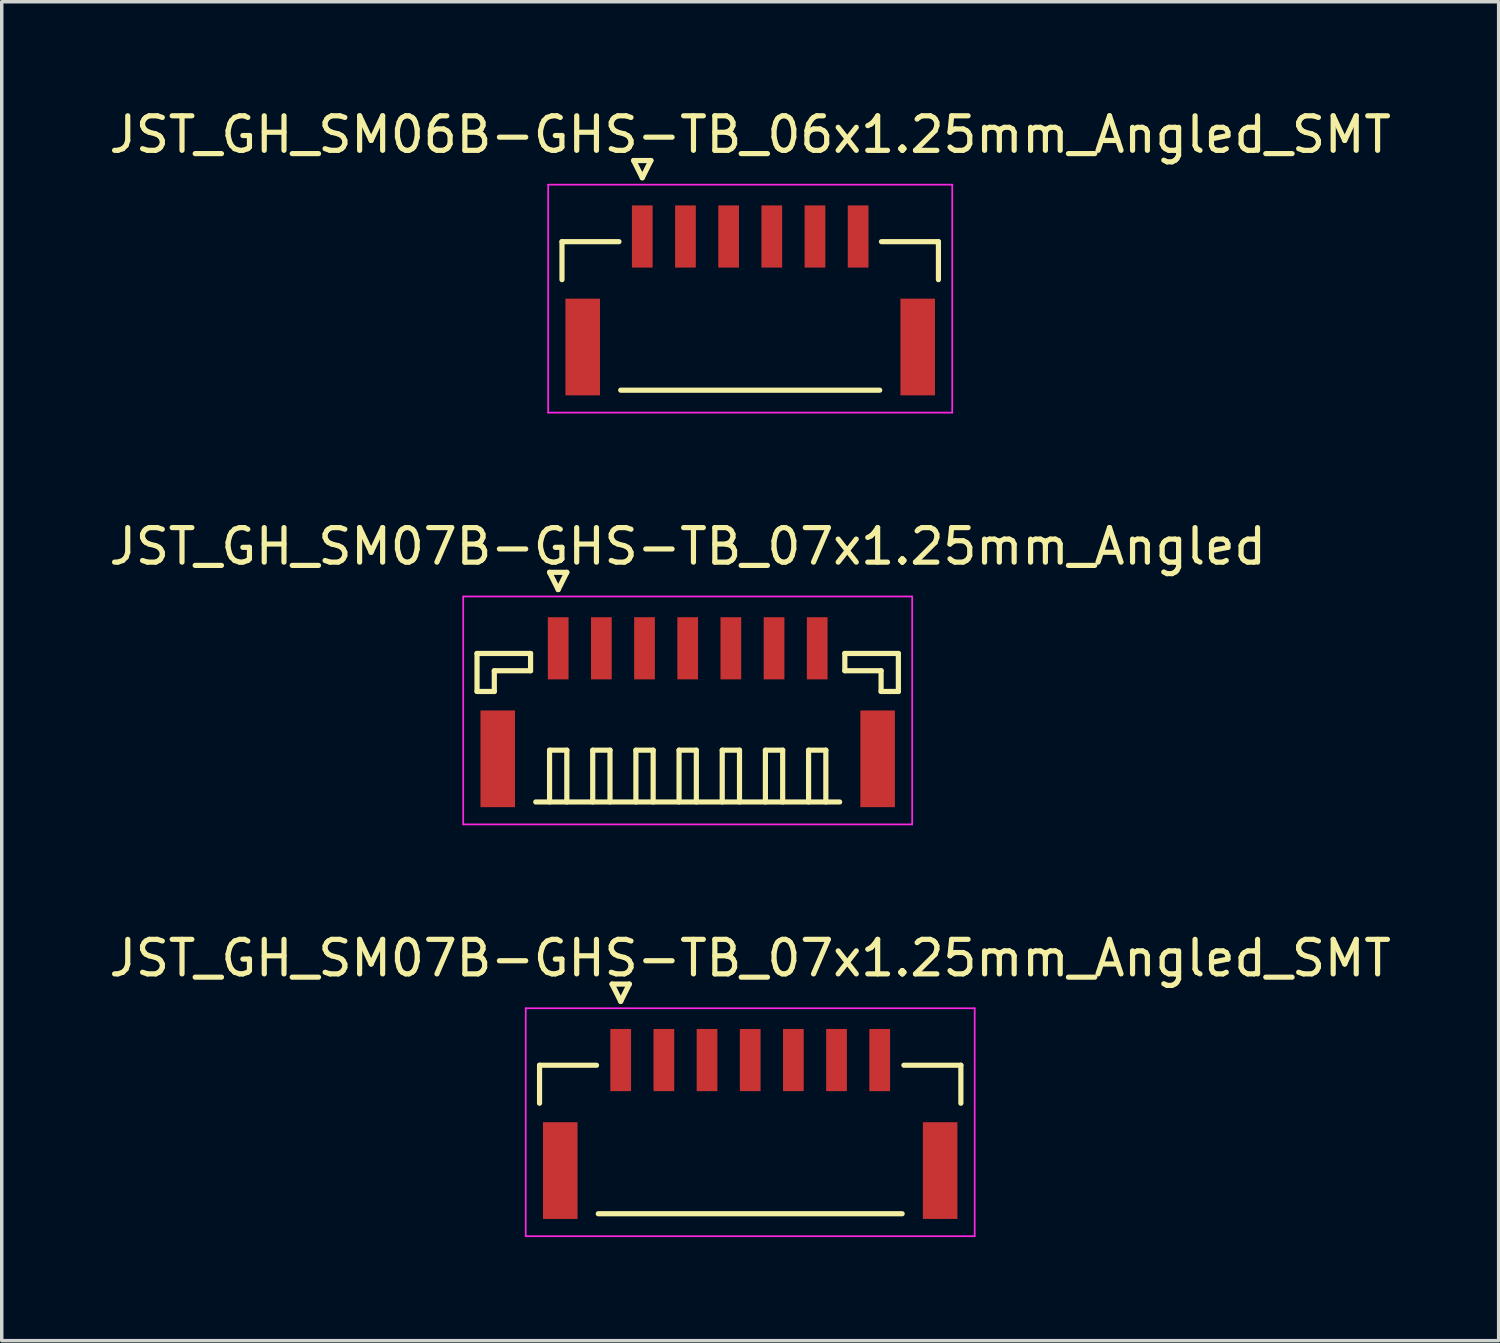
<source format=kicad_pcb>
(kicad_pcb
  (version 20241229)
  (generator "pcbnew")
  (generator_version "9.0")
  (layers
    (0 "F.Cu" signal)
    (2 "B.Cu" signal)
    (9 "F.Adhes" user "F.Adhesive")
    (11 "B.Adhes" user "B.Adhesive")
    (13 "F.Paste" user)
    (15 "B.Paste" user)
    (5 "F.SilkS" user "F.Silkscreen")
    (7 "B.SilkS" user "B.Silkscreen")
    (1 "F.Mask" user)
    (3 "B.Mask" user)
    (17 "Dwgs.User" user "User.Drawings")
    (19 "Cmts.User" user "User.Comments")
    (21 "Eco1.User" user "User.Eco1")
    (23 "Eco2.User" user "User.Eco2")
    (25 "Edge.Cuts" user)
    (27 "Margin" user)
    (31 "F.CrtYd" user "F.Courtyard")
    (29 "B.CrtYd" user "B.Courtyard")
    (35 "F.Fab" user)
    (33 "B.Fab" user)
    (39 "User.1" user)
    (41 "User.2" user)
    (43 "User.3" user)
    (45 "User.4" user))
  (footprint "JST_GH_SM07B-GHS-TB_07x1.25mm_Angled"
    (layer "F.Cu")
    (at 16.863 17.322)
    (property "Reference" "JST_GH_SM07B-GHS-TB_07x1.25mm_Angled" (at 0 -4.55 0) (layer "F.SilkS") (effects (font (size 1 1) (thickness 0.15))))
    (attr smd)
    (fp_line (start -6.1 -1.45) (end -4.55 -1.45) (stroke (width 0.15) (type solid)) (layer "F.SilkS"))
    (fp_line (start -6.1 -0.35) (end -6.1 -1.45) (stroke (width 0.15) (type solid)) (layer "F.SilkS"))
    (fp_line (start -5.6 -0.95) (end -5.6 -0.35) (stroke (width 0.15) (type solid)) (layer "F.SilkS"))
    (fp_line (start -5.6 -0.35) (end -6.1 -0.35) (stroke (width 0.15) (type solid)) (layer "F.SilkS"))
    (fp_line (start -4.55 -1.45) (end -4.55 -0.95) (stroke (width 0.15) (type solid)) (layer "F.SilkS"))
    (fp_line (start -4.55 -0.95) (end -5.6 -0.95) (stroke (width 0.15) (type solid)) (layer "F.SilkS"))
    (fp_line (start -4.4 2.85) (end 4.4 2.85) (stroke (width 0.15) (type solid)) (layer "F.SilkS"))
    (fp_line (start -4 -3.8) (end -3.5 -3.8) (stroke (width 0.15) (type solid)) (layer "F.SilkS"))
    (fp_line (start -4 1.35) (end -3.5 1.35) (stroke (width 0.15) (type solid)) (layer "F.SilkS"))
    (fp_line (start -4 2.85) (end -4 1.35) (stroke (width 0.15) (type solid)) (layer "F.SilkS"))
    (fp_line (start -3.75 -3.3) (end -4 -3.8) (stroke (width 0.15) (type solid)) (layer "F.SilkS"))
    (fp_line (start -3.5 -3.8) (end -3.75 -3.3) (stroke (width 0.15) (type solid)) (layer "F.SilkS"))
    (fp_line (start -3.5 1.35) (end -3.5 2.85) (stroke (width 0.15) (type solid)) (layer "F.SilkS"))
    (fp_line (start -2.75 1.35) (end -2.25 1.35) (stroke (width 0.15) (type solid)) (layer "F.SilkS"))
    (fp_line (start -2.75 2.85) (end -2.75 1.35) (stroke (width 0.15) (type solid)) (layer "F.SilkS"))
    (fp_line (start -2.25 1.35) (end -2.25 2.85) (stroke (width 0.15) (type solid)) (layer "F.SilkS"))
    (fp_line (start -1.5 1.35) (end -1 1.35) (stroke (width 0.15) (type solid)) (layer "F.SilkS"))
    (fp_line (start -1.5 2.85) (end -1.5 1.35) (stroke (width 0.15) (type solid)) (layer "F.SilkS"))
    (fp_line (start -1 1.35) (end -1 2.85) (stroke (width 0.15) (type solid)) (layer "F.SilkS"))
    (fp_line (start -0.25 1.35) (end 0.25 1.35) (stroke (width 0.15) (type solid)) (layer "F.SilkS"))
    (fp_line (start -0.25 2.85) (end -0.25 1.35) (stroke (width 0.15) (type solid)) (layer "F.SilkS"))
    (fp_line (start 0.25 1.35) (end 0.25 2.85) (stroke (width 0.15) (type solid)) (layer "F.SilkS"))
    (fp_line (start 1 1.35) (end 1.5 1.35) (stroke (width 0.15) (type solid)) (layer "F.SilkS"))
    (fp_line (start 1 2.85) (end 1 1.35) (stroke (width 0.15) (type solid)) (layer "F.SilkS"))
    (fp_line (start 1.5 1.35) (end 1.5 2.85) (stroke (width 0.15) (type solid)) (layer "F.SilkS"))
    (fp_line (start 2.25 1.35) (end 2.75 1.35) (stroke (width 0.15) (type solid)) (layer "F.SilkS"))
    (fp_line (start 2.25 2.85) (end 2.25 1.35) (stroke (width 0.15) (type solid)) (layer "F.SilkS"))
    (fp_line (start 2.75 1.35) (end 2.75 2.85) (stroke (width 0.15) (type solid)) (layer "F.SilkS"))
    (fp_line (start 3.5 1.35) (end 4 1.35) (stroke (width 0.15) (type solid)) (layer "F.SilkS"))
    (fp_line (start 3.5 2.85) (end 3.5 1.35) (stroke (width 0.15) (type solid)) (layer "F.SilkS"))
    (fp_line (start 4 1.35) (end 4 2.85) (stroke (width 0.15) (type solid)) (layer "F.SilkS"))
    (fp_line (start 4.55 -1.45) (end 4.55 -0.95) (stroke (width 0.15) (type solid)) (layer "F.SilkS"))
    (fp_line (start 4.55 -0.95) (end 5.6 -0.95) (stroke (width 0.15) (type solid)) (layer "F.SilkS"))
    (fp_line (start 5.6 -0.95) (end 5.6 -0.35) (stroke (width 0.15) (type solid)) (layer "F.SilkS"))
    (fp_line (start 5.6 -0.35) (end 6.1 -0.35) (stroke (width 0.15) (type solid)) (layer "F.SilkS"))
    (fp_line (start 6.1 -1.45) (end 4.55 -1.45) (stroke (width 0.15) (type solid)) (layer "F.SilkS"))
    (fp_line (start 6.1 -0.35) (end 6.1 -1.45) (stroke (width 0.15) (type solid)) (layer "F.SilkS"))
    (fp_line (start -6.5 -3.1) (end -6.5 3.5) (stroke (width 0.05) (type solid)) (layer "F.CrtYd"))
    (fp_line (start -6.5 3.5) (end 6.5 3.5) (stroke (width 0.05) (type solid)) (layer "F.CrtYd"))
    (fp_line (start 6.5 -3.1) (end -6.5 -3.1) (stroke (width 0.05) (type solid)) (layer "F.CrtYd"))
    (fp_line (start 6.5 3.5) (end 6.5 -3.1) (stroke (width 0.05) (type solid)) (layer "F.CrtYd"))
    (pad "" smd rect (at -5.5 1.6) (size 1 2.8) (layers "F.Cu" "F.Mask" "F.Paste"))
    (pad "" smd rect (at 5.5 1.6) (size 1 2.8) (layers "F.Cu" "F.Mask" "F.Paste"))
    (pad "1" smd rect (at -3.75 -1.6) (size 0.6 1.8) (layers "F.Cu" "F.Mask" "F.Paste"))
    (pad "2" smd rect (at -2.5 -1.6) (size 0.6 1.8) (layers "F.Cu" "F.Mask" "F.Paste"))
    (pad "3" smd rect (at -1.25 -1.6) (size 0.6 1.8) (layers "F.Cu" "F.Mask" "F.Paste"))
    (pad "4" smd rect (at 0 -1.6) (size 0.6 1.8) (layers "F.Cu" "F.Mask" "F.Paste"))
    (pad "5" smd rect (at 1.25 -1.6) (size 0.6 1.8) (layers "F.Cu" "F.Mask" "F.Paste"))
    (pad "6" smd rect (at 2.5 -1.6) (size 0.6 1.8) (layers "F.Cu" "F.Mask" "F.Paste"))
    (pad "7" smd rect (at 3.75 -1.6) (size 0.6 1.8) (layers "F.Cu" "F.Mask" "F.Paste")))
  (footprint "JST_GH_SM06B-GHS-TB_06x1.25mm_Angled_SMT"
    (layer "F.Cu")
    (at 18.673 5.398)
    (property "Reference" "JST_GH_SM06B-GHS-TB_06x1.25mm_Angled_SMT" (at 0 -4.55 0) (layer "F.SilkS") (effects (font (size 1 1) (thickness 0.15))))
    (attr smd)
    (fp_line (start -5.45 -1.45) (end -3.8 -1.45) (stroke (width 0.15) (type solid)) (layer "F.SilkS"))
    (fp_line (start -5.45 -0.35) (end -5.45 -1.45) (stroke (width 0.15) (type solid)) (layer "F.SilkS"))
    (fp_line (start -3.75 2.85) (end 3.75 2.85) (stroke (width 0.15) (type solid)) (layer "F.SilkS"))
    (fp_line (start -3.375 -3.8) (end -2.875 -3.8) (stroke (width 0.15) (type solid)) (layer "F.SilkS"))
    (fp_line (start -3.125 -3.3) (end -3.375 -3.8) (stroke (width 0.15) (type solid)) (layer "F.SilkS"))
    (fp_line (start -2.875 -3.8) (end -3.125 -3.3) (stroke (width 0.15) (type solid)) (layer "F.SilkS"))
    (fp_line (start 5.45 -1.45) (end 3.8 -1.45) (stroke (width 0.15) (type solid)) (layer "F.SilkS"))
    (fp_line (start 5.45 -0.35) (end 5.45 -1.45) (stroke (width 0.15) (type solid)) (layer "F.SilkS"))
    (fp_line (start -5.85 -3.1) (end -5.85 3.5) (stroke (width 0.05) (type solid)) (layer "F.CrtYd"))
    (fp_line (start -5.85 3.5) (end 5.85 3.5) (stroke (width 0.05) (type solid)) (layer "F.CrtYd"))
    (fp_line (start 5.85 -3.1) (end -5.85 -3.1) (stroke (width 0.05) (type solid)) (layer "F.CrtYd"))
    (fp_line (start 5.85 3.5) (end 5.85 -3.1) (stroke (width 0.05) (type solid)) (layer "F.CrtYd"))
    (pad "" smd rect (at -4.85 1.6) (size 1 2.8) (layers "F.Cu" "F.Mask" "F.Paste"))
    (pad "" smd rect (at 4.85 1.6) (size 1 2.8) (layers "F.Cu" "F.Mask" "F.Paste"))
    (pad "1" smd rect (at -3.125 -1.6) (size 0.6 1.8) (layers "F.Cu" "F.Mask" "F.Paste"))
    (pad "2" smd rect (at -1.875 -1.6) (size 0.6 1.8) (layers "F.Cu" "F.Mask" "F.Paste"))
    (pad "3" smd rect (at -0.625 -1.6) (size 0.6 1.8) (layers "F.Cu" "F.Mask" "F.Paste"))
    (pad "4" smd rect (at 0.625 -1.6) (size 0.6 1.8) (layers "F.Cu" "F.Mask" "F.Paste"))
    (pad "5" smd rect (at 1.875 -1.6) (size 0.6 1.8) (layers "F.Cu" "F.Mask" "F.Paste"))
    (pad "6" smd rect (at 3.125 -1.6) (size 0.6 1.8) (layers "F.Cu" "F.Mask" "F.Paste")))
  (footprint "JST_GH_SM07B-GHS-TB_07x1.25mm_Angled_SMT"
    (layer "F.Cu")
    (at 18.673 29.245)
    (property "Reference" "JST_GH_SM07B-GHS-TB_07x1.25mm_Angled_SMT" (at 0 -4.55 0) (layer "F.SilkS") (effects (font (size 1 1) (thickness 0.15))))
    (attr smd)
    (fp_line (start -6.1 -1.45) (end -4.45 -1.45) (stroke (width 0.15) (type solid)) (layer "F.SilkS"))
    (fp_line (start -6.1 -0.35) (end -6.1 -1.45) (stroke (width 0.15) (type solid)) (layer "F.SilkS"))
    (fp_line (start -4.4 2.85) (end 4.4 2.85) (stroke (width 0.15) (type solid)) (layer "F.SilkS"))
    (fp_line (start -4 -3.8) (end -3.5 -3.8) (stroke (width 0.15) (type solid)) (layer "F.SilkS"))
    (fp_line (start -3.75 -3.3) (end -4 -3.8) (stroke (width 0.15) (type solid)) (layer "F.SilkS"))
    (fp_line (start -3.5 -3.8) (end -3.75 -3.3) (stroke (width 0.15) (type solid)) (layer "F.SilkS"))
    (fp_line (start 6.1 -1.45) (end 4.45 -1.45) (stroke (width 0.15) (type solid)) (layer "F.SilkS"))
    (fp_line (start 6.1 -0.35) (end 6.1 -1.45) (stroke (width 0.15) (type solid)) (layer "F.SilkS"))
    (fp_line (start -6.5 -3.1) (end -6.5 3.5) (stroke (width 0.05) (type solid)) (layer "F.CrtYd"))
    (fp_line (start -6.5 3.5) (end 6.5 3.5) (stroke (width 0.05) (type solid)) (layer "F.CrtYd"))
    (fp_line (start 6.5 -3.1) (end -6.5 -3.1) (stroke (width 0.05) (type solid)) (layer "F.CrtYd"))
    (fp_line (start 6.5 3.5) (end 6.5 -3.1) (stroke (width 0.05) (type solid)) (layer "F.CrtYd"))
    (pad "" smd rect (at -5.5 1.6) (size 1 2.8) (layers "F.Cu" "F.Mask" "F.Paste"))
    (pad "" smd rect (at 5.5 1.6) (size 1 2.8) (layers "F.Cu" "F.Mask" "F.Paste"))
    (pad "1" smd rect (at -3.75 -1.6) (size 0.6 1.8) (layers "F.Cu" "F.Mask" "F.Paste"))
    (pad "2" smd rect (at -2.5 -1.6) (size 0.6 1.8) (layers "F.Cu" "F.Mask" "F.Paste"))
    (pad "3" smd rect (at -1.25 -1.6) (size 0.6 1.8) (layers "F.Cu" "F.Mask" "F.Paste"))
    (pad "4" smd rect (at 0 -1.6) (size 0.6 1.8) (layers "F.Cu" "F.Mask" "F.Paste"))
    (pad "5" smd rect (at 1.25 -1.6) (size 0.6 1.8) (layers "F.Cu" "F.Mask" "F.Paste"))
    (pad "6" smd rect (at 2.5 -1.6) (size 0.6 1.8) (layers "F.Cu" "F.Mask" "F.Paste"))
    (pad "7" smd rect (at 3.75 -1.6) (size 0.6 1.8) (layers "F.Cu" "F.Mask" "F.Paste")))
  (gr_rect
    (start -3 -3)
    (end 40.345 35.77)
    (stroke (width 0.1) (type default))
    (fill no)
    (layer "Edge.Cuts")))
</source>
